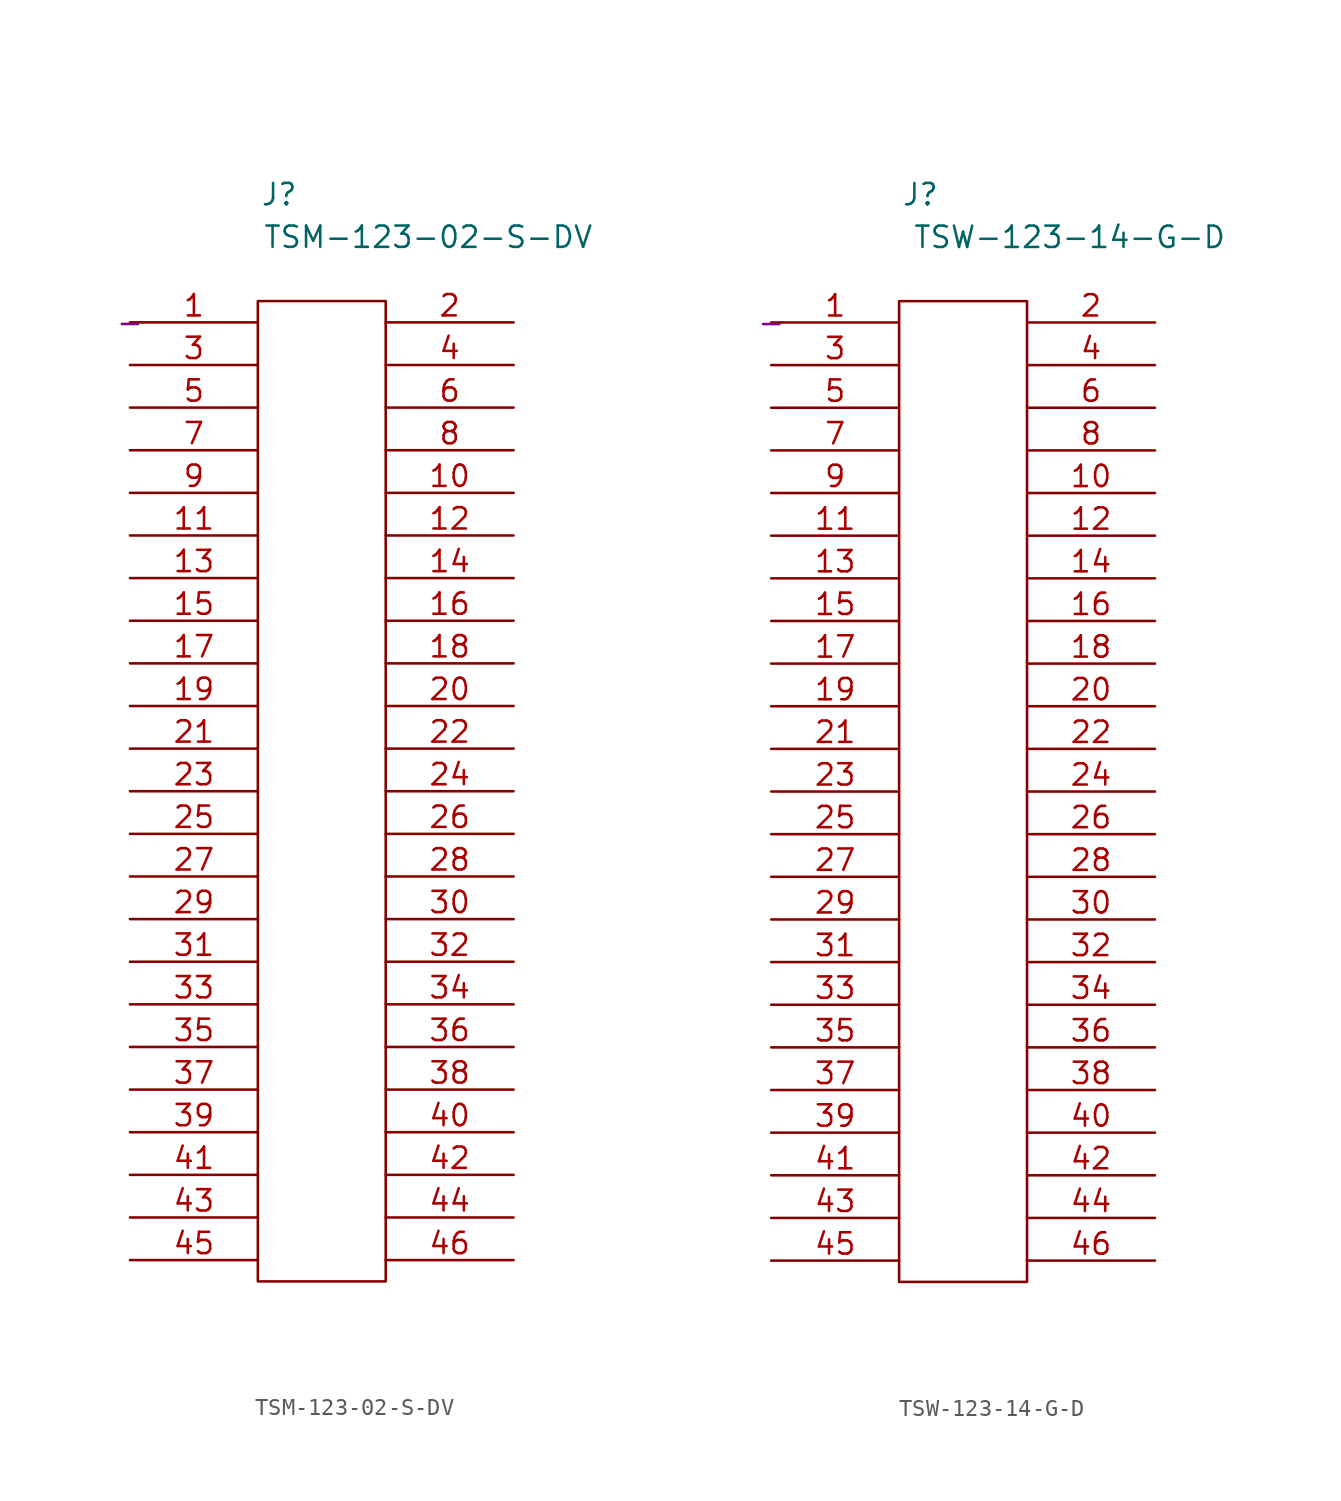
<source format=kicad_sym>
(kicad_symbol_lib
  (version 20220914)
  (generator kicad_symbol_editor)
  (symbol "TSM-123-02-S-DV"
    (pin_names
      (offset 1.016) hide)
    (property "Reference" "J"
      (at 8.89 7.62 0)
      (effects (font (size 1.27 1.27))))
    (property "Value" "TSM-123-02-S-DV"
      (at 17.78 5.08 0)
      (effects (font (size 1.27 1.27))))
    (property "Datasheet" ""
      (at 0 0 0)
      (effects (font (size 1.27 1.27))))
    (property "Desc1" "-"
      (at 0 0 0)
      (effects (font (size 1.27 1.27))))
    (symbol "TSM-123-02-S-DV_0_1"
      (rectangle (start 7.62 1.27) (end 15.24 -57.15) (stroke (width 0) (type default)) (fill (type none))))
    (symbol "TSM-123-02-S-DV_1_1"
      (pin passive line (at 0 0 0) (length 7.62) (name "1" (effects (font (size 1.27 1.27)))) (number "1" (effects (font (size 1.27 1.27)))))
      (pin passive line (at 22.86 -10.16 180) (length 7.62) (name "10" (effects (font (size 1.27 1.27)))) (number "10" (effects (font (size 1.27 1.27)))))
      (pin passive line (at 0 -12.7 0) (length 7.62) (name "11" (effects (font (size 1.27 1.27)))) (number "11" (effects (font (size 1.27 1.27)))))
      (pin passive line (at 22.86 -12.7 180) (length 7.62) (name "12" (effects (font (size 1.27 1.27)))) (number "12" (effects (font (size 1.27 1.27)))))
      (pin passive line (at 0 -15.24 0) (length 7.62) (name "13" (effects (font (size 1.27 1.27)))) (number "13" (effects (font (size 1.27 1.27)))))
      (pin passive line (at 22.86 -15.24 180) (length 7.62) (name "14" (effects (font (size 1.27 1.27)))) (number "14" (effects (font (size 1.27 1.27)))))
      (pin passive line (at 0 -17.78 0) (length 7.62) (name "15" (effects (font (size 1.27 1.27)))) (number "15" (effects (font (size 1.27 1.27)))))
      (pin passive line (at 22.86 -17.78 180) (length 7.62) (name "16" (effects (font (size 1.27 1.27)))) (number "16" (effects (font (size 1.27 1.27)))))
      (pin passive line (at 0 -20.32 0) (length 7.62) (name "17" (effects (font (size 1.27 1.27)))) (number "17" (effects (font (size 1.27 1.27)))))
      (pin passive line (at 22.86 -20.32 180) (length 7.62) (name "18" (effects (font (size 1.27 1.27)))) (number "18" (effects (font (size 1.27 1.27)))))
      (pin passive line (at 0 -22.86 0) (length 7.62) (name "19" (effects (font (size 1.27 1.27)))) (number "19" (effects (font (size 1.27 1.27)))))
      (pin passive line (at 22.86 0 180) (length 7.62) (name "2" (effects (font (size 1.27 1.27)))) (number "2" (effects (font (size 1.27 1.27)))))
      (pin passive line (at 22.86 -22.86 180) (length 7.62) (name "20" (effects (font (size 1.27 1.27)))) (number "20" (effects (font (size 1.27 1.27)))))
      (pin passive line (at 0 -25.4 0) (length 7.62) (name "21" (effects (font (size 1.27 1.27)))) (number "21" (effects (font (size 1.27 1.27)))))
      (pin passive line (at 22.86 -25.4 180) (length 7.62) (name "22" (effects (font (size 1.27 1.27)))) (number "22" (effects (font (size 1.27 1.27)))))
      (pin passive line (at 0 -27.94 0) (length 7.62) (name "23" (effects (font (size 1.27 1.27)))) (number "23" (effects (font (size 1.27 1.27)))))
      (pin passive line (at 22.86 -27.94 180) (length 7.62) (name "24" (effects (font (size 1.27 1.27)))) (number "24" (effects (font (size 1.27 1.27)))))
      (pin passive line (at 0 -30.48 0) (length 7.62) (name "25" (effects (font (size 1.27 1.27)))) (number "25" (effects (font (size 1.27 1.27)))))
      (pin passive line (at 22.86 -30.48 180) (length 7.62) (name "26" (effects (font (size 1.27 1.27)))) (number "26" (effects (font (size 1.27 1.27)))))
      (pin passive line (at 0 -33.02 0) (length 7.62) (name "27" (effects (font (size 1.27 1.27)))) (number "27" (effects (font (size 1.27 1.27)))))
      (pin passive line (at 22.86 -33.02 180) (length 7.62) (name "28" (effects (font (size 1.27 1.27)))) (number "28" (effects (font (size 1.27 1.27)))))
      (pin passive line (at 0 -35.56 0) (length 7.62) (name "29" (effects (font (size 1.27 1.27)))) (number "29" (effects (font (size 1.27 1.27)))))
      (pin passive line (at 0 -2.54 0) (length 7.62) (name "3" (effects (font (size 1.27 1.27)))) (number "3" (effects (font (size 1.27 1.27)))))
      (pin passive line (at 22.86 -35.56 180) (length 7.62) (name "30" (effects (font (size 1.27 1.27)))) (number "30" (effects (font (size 1.27 1.27)))))
      (pin passive line (at 0 -38.1 0) (length 7.62) (name "31" (effects (font (size 1.27 1.27)))) (number "31" (effects (font (size 1.27 1.27)))))
      (pin passive line (at 22.86 -38.1 180) (length 7.62) (name "32" (effects (font (size 1.27 1.27)))) (number "32" (effects (font (size 1.27 1.27)))))
      (pin passive line (at 0 -40.64 0) (length 7.62) (name "33" (effects (font (size 1.27 1.27)))) (number "33" (effects (font (size 1.27 1.27)))))
      (pin passive line (at 22.86 -40.64 180) (length 7.62) (name "34" (effects (font (size 1.27 1.27)))) (number "34" (effects (font (size 1.27 1.27)))))
      (pin passive line (at 0 -43.18 0) (length 7.62) (name "35" (effects (font (size 1.27 1.27)))) (number "35" (effects (font (size 1.27 1.27)))))
      (pin passive line (at 22.86 -43.18 180) (length 7.62) (name "36" (effects (font (size 1.27 1.27)))) (number "36" (effects (font (size 1.27 1.27)))))
      (pin passive line (at 0 -45.72 0) (length 7.62) (name "37" (effects (font (size 1.27 1.27)))) (number "37" (effects (font (size 1.27 1.27)))))
      (pin passive line (at 22.86 -45.72 180) (length 7.62) (name "38" (effects (font (size 1.27 1.27)))) (number "38" (effects (font (size 1.27 1.27)))))
      (pin passive line (at 0 -48.26 0) (length 7.62) (name "39" (effects (font (size 1.27 1.27)))) (number "39" (effects (font (size 1.27 1.27)))))
      (pin passive line (at 22.86 -2.54 180) (length 7.62) (name "4" (effects (font (size 1.27 1.27)))) (number "4" (effects (font (size 1.27 1.27)))))
      (pin passive line (at 22.86 -48.26 180) (length 7.62) (name "40" (effects (font (size 1.27 1.27)))) (number "40" (effects (font (size 1.27 1.27)))))
      (pin passive line (at 0 -50.8 0) (length 7.62) (name "41" (effects (font (size 1.27 1.27)))) (number "41" (effects (font (size 1.27 1.27)))))
      (pin passive line (at 22.86 -50.8 180) (length 7.62) (name "42" (effects (font (size 1.27 1.27)))) (number "42" (effects (font (size 1.27 1.27)))))
      (pin passive line (at 0 -53.34 0) (length 7.62) (name "43" (effects (font (size 1.27 1.27)))) (number "43" (effects (font (size 1.27 1.27)))))
      (pin passive line (at 22.86 -53.34 180) (length 7.62) (name "44" (effects (font (size 1.27 1.27)))) (number "44" (effects (font (size 1.27 1.27)))))
      (pin passive line (at 0 -55.88 0) (length 7.62) (name "45" (effects (font (size 1.27 1.27)))) (number "45" (effects (font (size 1.27 1.27)))))
      (pin passive line (at 22.86 -55.88 180) (length 7.62) (name "46" (effects (font (size 1.27 1.27)))) (number "46" (effects (font (size 1.27 1.27)))))
      (pin passive line (at 0 -5.08 0) (length 7.62) (name "5" (effects (font (size 1.27 1.27)))) (number "5" (effects (font (size 1.27 1.27)))))
      (pin passive line (at 22.86 -5.08 180) (length 7.62) (name "6" (effects (font (size 1.27 1.27)))) (number "6" (effects (font (size 1.27 1.27)))))
      (pin passive line (at 0 -7.62 0) (length 7.62) (name "7" (effects (font (size 1.27 1.27)))) (number "7" (effects (font (size 1.27 1.27)))))
      (pin passive line (at 22.86 -7.62 180) (length 7.62) (name "8" (effects (font (size 1.27 1.27)))) (number "8" (effects (font (size 1.27 1.27)))))
      (pin passive line (at 0 -10.16 0) (length 7.62) (name "9" (effects (font (size 1.27 1.27)))) (number "9" (effects (font (size 1.27 1.27)))))))
  (symbol "TSW-123-14-G-D"
    (pin_names
      (offset 1.016) hide)
    (property "Reference" "J"
      (at 8.89 7.62 0)
      (effects (font (size 1.27 1.27))))
    (property "Value" "TSW-123-14-G-D"
      (at 17.78 5.08 0)
      (effects (font (size 1.27 1.27))))
    (property "Datasheet" ""
      (at 0 0 0)
      (effects (font (size 1.27 1.27))))
    (property "Desc1" "-"
      (at 0 0 0)
      (effects (font (size 1.27 1.27))))
    (symbol "TSW-123-14-G-D_0_1"
      (rectangle (start 7.62 1.27) (end 15.24 -57.15) (stroke (width 0) (type default)) (fill (type none))))
    (symbol "TSW-123-14-G-D_1_1"
      (pin passive line (at 0 0 0) (length 7.62) (name "1" (effects (font (size 1.27 1.27)))) (number "1" (effects (font (size 1.27 1.27)))))
      (pin passive line (at 22.86 -10.16 180) (length 7.62) (name "10" (effects (font (size 1.27 1.27)))) (number "10" (effects (font (size 1.27 1.27)))))
      (pin passive line (at 0 -12.7 0) (length 7.62) (name "11" (effects (font (size 1.27 1.27)))) (number "11" (effects (font (size 1.27 1.27)))))
      (pin passive line (at 22.86 -12.7 180) (length 7.62) (name "12" (effects (font (size 1.27 1.27)))) (number "12" (effects (font (size 1.27 1.27)))))
      (pin passive line (at 0 -15.24 0) (length 7.62) (name "13" (effects (font (size 1.27 1.27)))) (number "13" (effects (font (size 1.27 1.27)))))
      (pin passive line (at 22.86 -15.24 180) (length 7.62) (name "14" (effects (font (size 1.27 1.27)))) (number "14" (effects (font (size 1.27 1.27)))))
      (pin passive line (at 0 -17.78 0) (length 7.62) (name "15" (effects (font (size 1.27 1.27)))) (number "15" (effects (font (size 1.27 1.27)))))
      (pin passive line (at 22.86 -17.78 180) (length 7.62) (name "16" (effects (font (size 1.27 1.27)))) (number "16" (effects (font (size 1.27 1.27)))))
      (pin passive line (at 0 -20.32 0) (length 7.62) (name "17" (effects (font (size 1.27 1.27)))) (number "17" (effects (font (size 1.27 1.27)))))
      (pin passive line (at 22.86 -20.32 180) (length 7.62) (name "18" (effects (font (size 1.27 1.27)))) (number "18" (effects (font (size 1.27 1.27)))))
      (pin passive line (at 0 -22.86 0) (length 7.62) (name "19" (effects (font (size 1.27 1.27)))) (number "19" (effects (font (size 1.27 1.27)))))
      (pin passive line (at 22.86 0 180) (length 7.62) (name "2" (effects (font (size 1.27 1.27)))) (number "2" (effects (font (size 1.27 1.27)))))
      (pin passive line (at 22.86 -22.86 180) (length 7.62) (name "20" (effects (font (size 1.27 1.27)))) (number "20" (effects (font (size 1.27 1.27)))))
      (pin passive line (at 0 -25.4 0) (length 7.62) (name "21" (effects (font (size 1.27 1.27)))) (number "21" (effects (font (size 1.27 1.27)))))
      (pin passive line (at 22.86 -25.4 180) (length 7.62) (name "22" (effects (font (size 1.27 1.27)))) (number "22" (effects (font (size 1.27 1.27)))))
      (pin passive line (at 0 -27.94 0) (length 7.62) (name "23" (effects (font (size 1.27 1.27)))) (number "23" (effects (font (size 1.27 1.27)))))
      (pin passive line (at 22.86 -27.94 180) (length 7.62) (name "24" (effects (font (size 1.27 1.27)))) (number "24" (effects (font (size 1.27 1.27)))))
      (pin passive line (at 0 -30.48 0) (length 7.62) (name "25" (effects (font (size 1.27 1.27)))) (number "25" (effects (font (size 1.27 1.27)))))
      (pin passive line (at 22.86 -30.48 180) (length 7.62) (name "26" (effects (font (size 1.27 1.27)))) (number "26" (effects (font (size 1.27 1.27)))))
      (pin passive line (at 0 -33.02 0) (length 7.62) (name "27" (effects (font (size 1.27 1.27)))) (number "27" (effects (font (size 1.27 1.27)))))
      (pin passive line (at 22.86 -33.02 180) (length 7.62) (name "28" (effects (font (size 1.27 1.27)))) (number "28" (effects (font (size 1.27 1.27)))))
      (pin passive line (at 0 -35.56 0) (length 7.62) (name "29" (effects (font (size 1.27 1.27)))) (number "29" (effects (font (size 1.27 1.27)))))
      (pin passive line (at 0 -2.54 0) (length 7.62) (name "3" (effects (font (size 1.27 1.27)))) (number "3" (effects (font (size 1.27 1.27)))))
      (pin passive line (at 22.86 -35.56 180) (length 7.62) (name "30" (effects (font (size 1.27 1.27)))) (number "30" (effects (font (size 1.27 1.27)))))
      (pin passive line (at 0 -38.1 0) (length 7.62) (name "31" (effects (font (size 1.27 1.27)))) (number "31" (effects (font (size 1.27 1.27)))))
      (pin passive line (at 22.86 -38.1 180) (length 7.62) (name "32" (effects (font (size 1.27 1.27)))) (number "32" (effects (font (size 1.27 1.27)))))
      (pin passive line (at 0 -40.64 0) (length 7.62) (name "33" (effects (font (size 1.27 1.27)))) (number "33" (effects (font (size 1.27 1.27)))))
      (pin passive line (at 22.86 -40.64 180) (length 7.62) (name "34" (effects (font (size 1.27 1.27)))) (number "34" (effects (font (size 1.27 1.27)))))
      (pin passive line (at 0 -43.18 0) (length 7.62) (name "35" (effects (font (size 1.27 1.27)))) (number "35" (effects (font (size 1.27 1.27)))))
      (pin passive line (at 22.86 -43.18 180) (length 7.62) (name "36" (effects (font (size 1.27 1.27)))) (number "36" (effects (font (size 1.27 1.27)))))
      (pin passive line (at 0 -45.72 0) (length 7.62) (name "37" (effects (font (size 1.27 1.27)))) (number "37" (effects (font (size 1.27 1.27)))))
      (pin passive line (at 22.86 -45.72 180) (length 7.62) (name "38" (effects (font (size 1.27 1.27)))) (number "38" (effects (font (size 1.27 1.27)))))
      (pin passive line (at 0 -48.26 0) (length 7.62) (name "39" (effects (font (size 1.27 1.27)))) (number "39" (effects (font (size 1.27 1.27)))))
      (pin passive line (at 22.86 -2.54 180) (length 7.62) (name "4" (effects (font (size 1.27 1.27)))) (number "4" (effects (font (size 1.27 1.27)))))
      (pin passive line (at 22.86 -48.26 180) (length 7.62) (name "40" (effects (font (size 1.27 1.27)))) (number "40" (effects (font (size 1.27 1.27)))))
      (pin passive line (at 0 -50.8 0) (length 7.62) (name "41" (effects (font (size 1.27 1.27)))) (number "41" (effects (font (size 1.27 1.27)))))
      (pin passive line (at 22.86 -50.8 180) (length 7.62) (name "42" (effects (font (size 1.27 1.27)))) (number "42" (effects (font (size 1.27 1.27)))))
      (pin passive line (at 0 -53.34 0) (length 7.62) (name "43" (effects (font (size 1.27 1.27)))) (number "43" (effects (font (size 1.27 1.27)))))
      (pin passive line (at 22.86 -53.34 180) (length 7.62) (name "44" (effects (font (size 1.27 1.27)))) (number "44" (effects (font (size 1.27 1.27)))))
      (pin passive line (at 0 -55.88 0) (length 7.62) (name "45" (effects (font (size 1.27 1.27)))) (number "45" (effects (font (size 1.27 1.27)))))
      (pin passive line (at 22.86 -55.88 180) (length 7.62) (name "46" (effects (font (size 1.27 1.27)))) (number "46" (effects (font (size 1.27 1.27)))))
      (pin passive line (at 0 -5.08 0) (length 7.62) (name "5" (effects (font (size 1.27 1.27)))) (number "5" (effects (font (size 1.27 1.27)))))
      (pin passive line (at 22.86 -5.08 180) (length 7.62) (name "6" (effects (font (size 1.27 1.27)))) (number "6" (effects (font (size 1.27 1.27)))))
      (pin passive line (at 0 -7.62 0) (length 7.62) (name "7" (effects (font (size 1.27 1.27)))) (number "7" (effects (font (size 1.27 1.27)))))
      (pin passive line (at 22.86 -7.62 180) (length 7.62) (name "8" (effects (font (size 1.27 1.27)))) (number "8" (effects (font (size 1.27 1.27)))))
      (pin passive line (at 0 -10.16 0) (length 7.62) (name "9" (effects (font (size 1.27 1.27)))) (number "9" (effects (font (size 1.27 1.27))))))))
</source>
